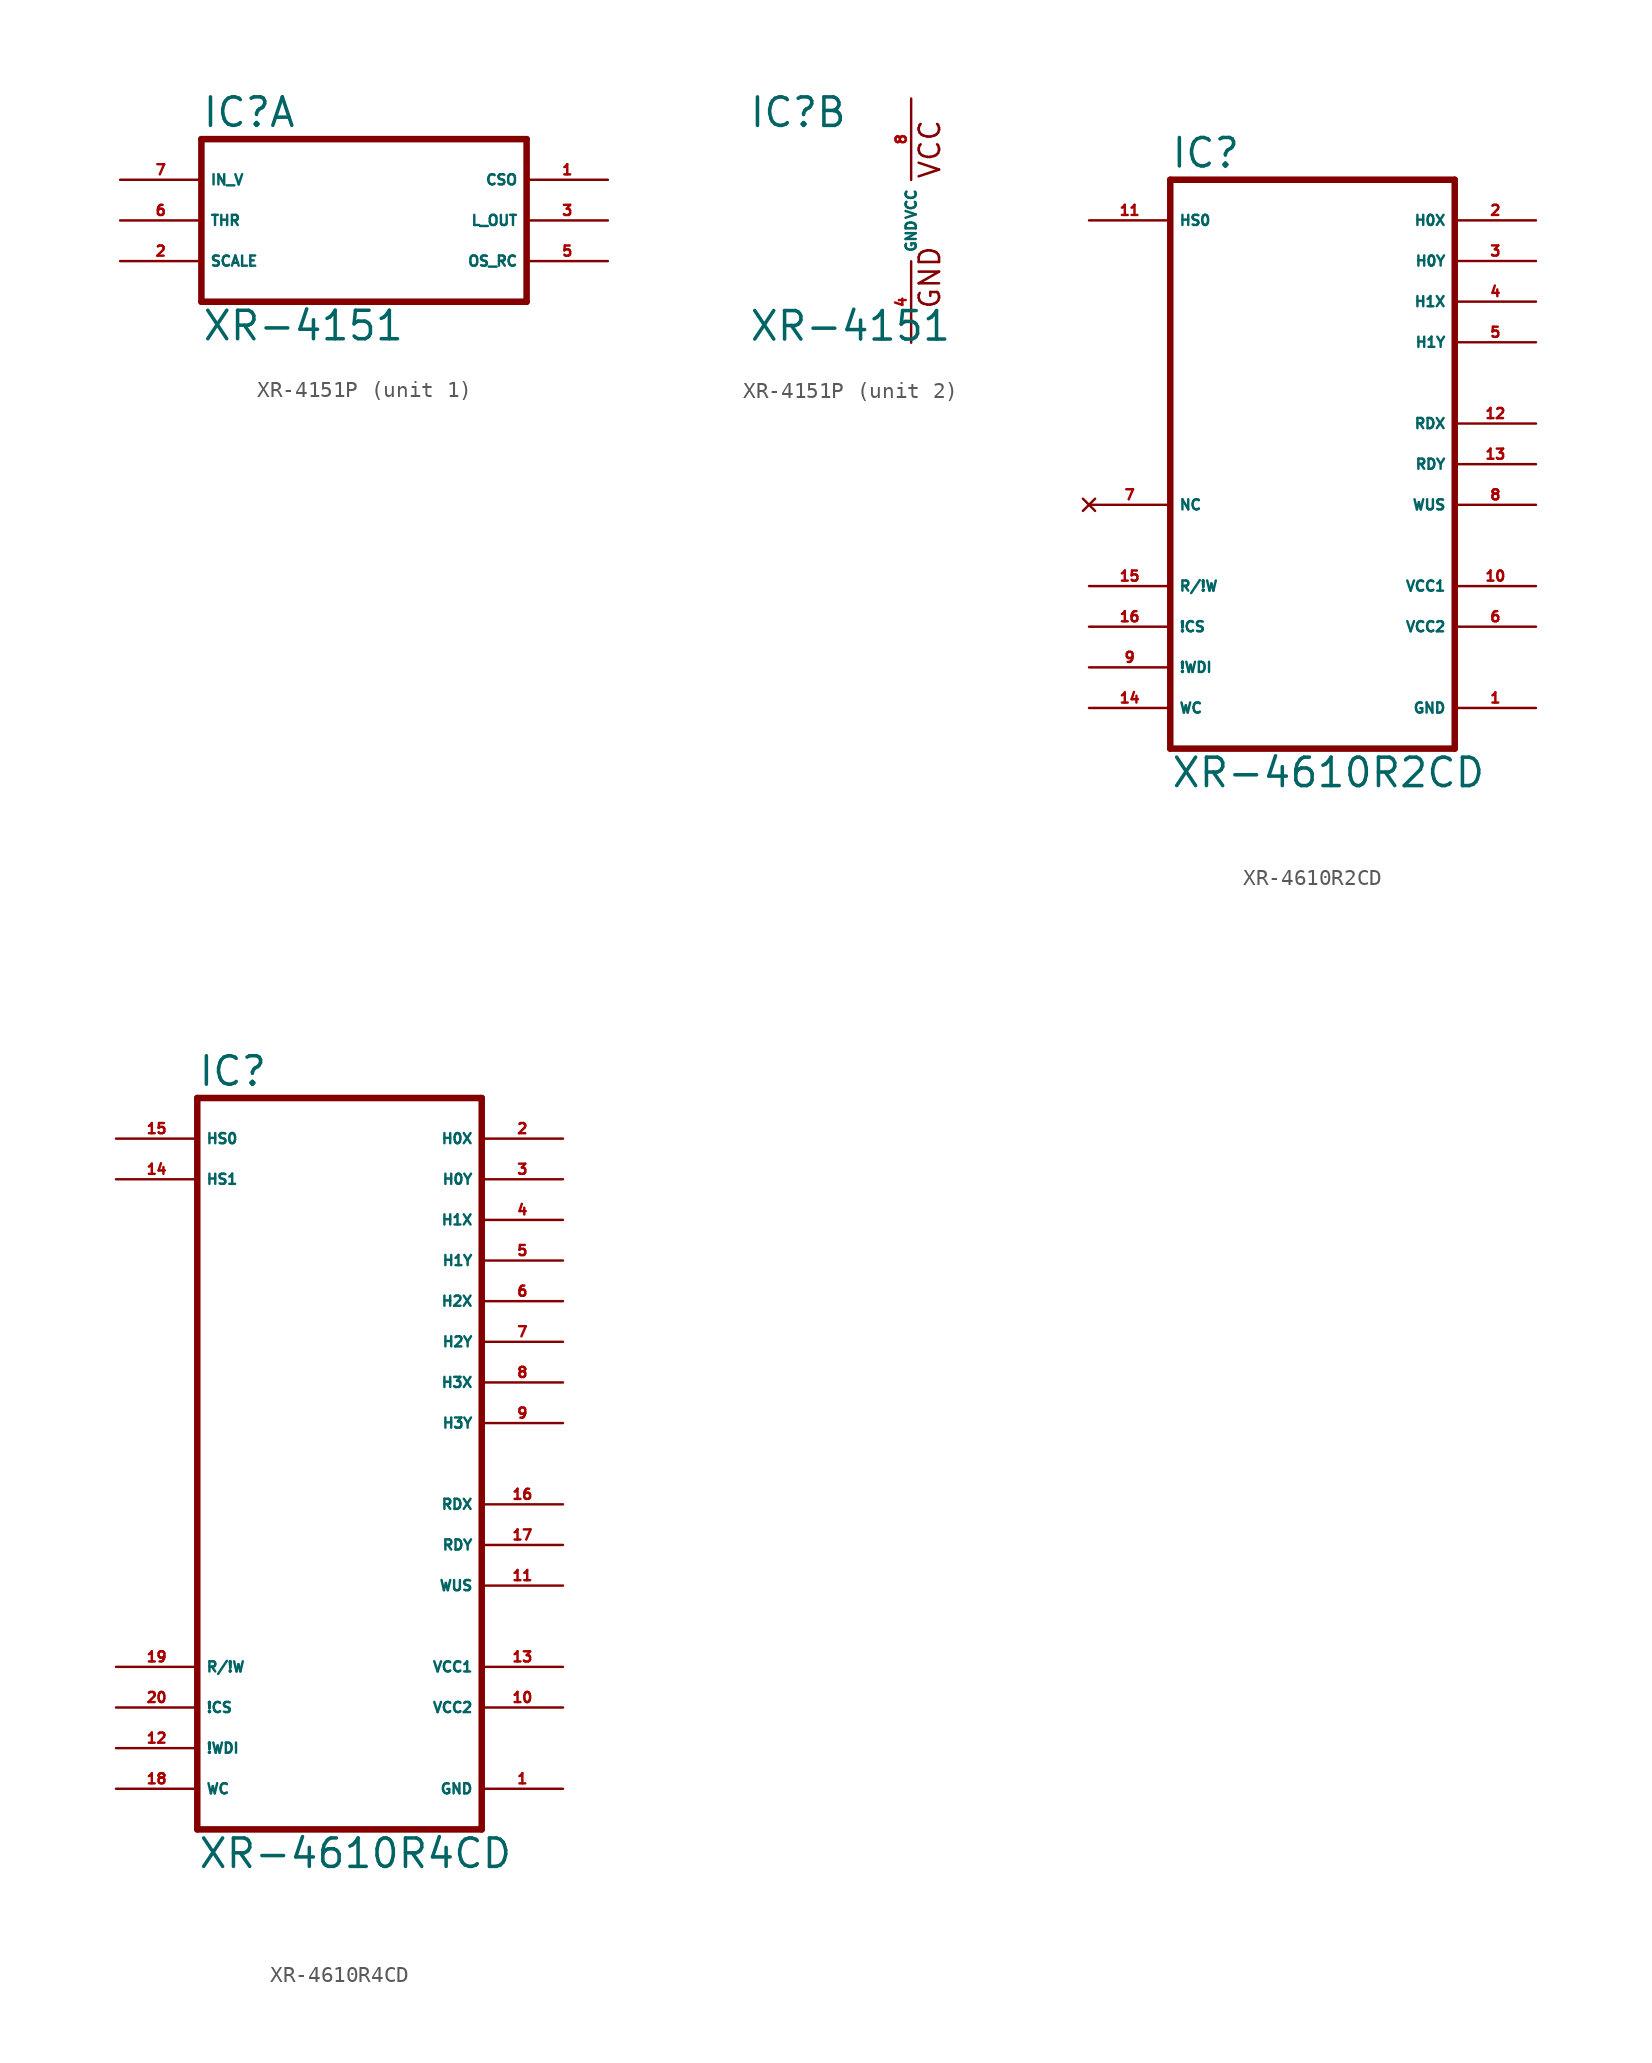
<source format=kicad_sym>
(kicad_symbol_lib
  (version 20220914)
  (generator Eagle2Kicad)
  (symbol "XR-4151P"
    (property "Reference" "IC"
      (at -10.16 5.715 0)
      (effects (font (size 1.778 1.778) (thickness 0.22)) (justify left bottom)))
    (property "Value" "XR-4151"
      (at -10.16 -7.62 0)
      (effects (font (size 1.778 1.778) (thickness 0.22)) (justify left bottom)))
    (symbol "XR-4151P_1_0"
      (polyline (pts (xy -10.16 5.08) (xy -10.16 -5.08)) (stroke (width 0.406) (type default)) (fill (type none)))
      (polyline (pts (xy -10.16 -5.08) (xy 10.16 -5.08)) (stroke (width 0.406) (type default)) (fill (type none)))
      (polyline (pts (xy 10.16 -5.08) (xy 10.16 5.08)) (stroke (width 0.406) (type default)) (fill (type none)))
      (polyline (pts (xy 10.16 5.08) (xy -10.16 5.08)) (stroke (width 0.406) (type default)) (fill (type none)))
      (pin output line (at 15.24 2.54 180) (length 5.08) (name "CSO" (effects (font (size 0.635 0.635) (thickness 0.08)) (justify left bottom))) (number "1" (effects (font (size 0.635 0.635) (thickness 0.08)) (justify left bottom))))
      (pin passive line (at -15.24 -2.54 0) (length 5.08) (name "SCALE" (effects (font (size 0.635 0.635) (thickness 0.08)) (justify left bottom))) (number "2" (effects (font (size 0.635 0.635) (thickness 0.08)) (justify left bottom))))
      (pin output line (at 15.24 0 180) (length 5.08) (name "L_OUT" (effects (font (size 0.635 0.635) (thickness 0.08)) (justify left bottom))) (number "3" (effects (font (size 0.635 0.635) (thickness 0.08)) (justify left bottom))))
      (pin input line (at -15.24 2.54 0) (length 5.08) (name "IN_V" (effects (font (size 0.635 0.635) (thickness 0.08)) (justify left bottom))) (number "7" (effects (font (size 0.635 0.635) (thickness 0.08)) (justify left bottom))))
      (pin input line (at -15.24 0 0) (length 5.08) (name "THR" (effects (font (size 0.635 0.635) (thickness 0.08)) (justify left bottom))) (number "6" (effects (font (size 0.635 0.635) (thickness 0.08)) (justify left bottom))))
      (pin passive line (at 15.24 -2.54 180) (length 5.08) (name "OS_RC" (effects (font (size 0.635 0.635) (thickness 0.08)) (justify left bottom))) (number "5" (effects (font (size 0.635 0.635) (thickness 0.08)) (justify left bottom)))))
    (symbol "XR-4151P_2_0"
      (text "GND" (at 1.905 -5.588 900) (effects (font (size 1.27 1.27) (thickness 0.16)) (justify left bottom)))
      (text "VCC" (at 1.905 2.54 900) (effects (font (size 1.27 1.27) (thickness 0.16)) (justify left bottom)))
      (pin unspecified line (at 0 7.62 270) (length 5.08) (name "VCC" (effects (font (size 0.635 0.635) (thickness 0.08)) (justify left bottom))) (number "8" (effects (font (size 0.635 0.635) (thickness 0.08)) (justify left bottom))))
      (pin unspecified line (at 0 -7.62 90) (length 5.08) (name "GND" (effects (font (size 0.635 0.635) (thickness 0.08)) (justify left bottom))) (number "4" (effects (font (size 0.635 0.635) (thickness 0.08)) (justify left bottom))))))
  (symbol "XR-4610R2CD"
    (property "Reference" "IC"
      (at -7.62 18.415 0)
      (effects (font (size 1.778 1.778) (thickness 0.22)) (justify left bottom)))
    (property "Value" "XR-4610R2CD"
      (at -7.62 -20.32 0)
      (effects (font (size 1.778 1.778) (thickness 0.22)) (justify left bottom)))
    (polyline
      (pts (xy 10.16 -17.78) (xy -7.62 -17.78))
      (stroke (width 0.406) (type default))
      (fill (type none)))
    (polyline
      (pts (xy -7.62 -17.78) (xy -7.62 17.78))
      (stroke (width 0.406) (type default))
      (fill (type none)))
    (polyline
      (pts (xy -7.62 17.78) (xy 10.16 17.78))
      (stroke (width 0.406) (type default))
      (fill (type none)))
    (polyline
      (pts (xy 10.16 17.78) (xy 10.16 -17.78))
      (stroke (width 0.406) (type default))
      (fill (type none)))
    (pin bidirectional line
      (at 15.24 15.24 180)
      (length 5.08)
      (name "H0X" (effects (font (size 0.635 0.635) (thickness 0.08)) (justify left bottom)))
      (number "2" (effects (font (size 0.635 0.635) (thickness 0.08)) (justify left bottom))))
    (pin bidirectional line
      (at 15.24 12.7 180)
      (length 5.08)
      (name "H0Y" (effects (font (size 0.635 0.635) (thickness 0.08)) (justify left bottom)))
      (number "3" (effects (font (size 0.635 0.635) (thickness 0.08)) (justify left bottom))))
    (pin bidirectional line
      (at 15.24 10.16 180)
      (length 5.08)
      (name "H1X" (effects (font (size 0.635 0.635) (thickness 0.08)) (justify left bottom)))
      (number "4" (effects (font (size 0.635 0.635) (thickness 0.08)) (justify left bottom))))
    (pin bidirectional line
      (at 15.24 7.62 180)
      (length 5.08)
      (name "H1Y" (effects (font (size 0.635 0.635) (thickness 0.08)) (justify left bottom)))
      (number "5" (effects (font (size 0.635 0.635) (thickness 0.08)) (justify left bottom))))
    (pin input line
      (at -12.7 15.24 0)
      (length 5.08)
      (name "HS0" (effects (font (size 0.635 0.635) (thickness 0.08)) (justify left bottom)))
      (number "11" (effects (font (size 0.635 0.635) (thickness 0.08)) (justify left bottom))))
    (pin input line
      (at -12.7 -10.16 0)
      (length 5.08)
      (name "!CS" (effects (font (size 0.635 0.635) (thickness 0.08)) (justify left bottom)))
      (number "16" (effects (font (size 0.635 0.635) (thickness 0.08)) (justify left bottom))))
    (pin input line
      (at -12.7 -7.62 0)
      (length 5.08)
      (name "R/!W" (effects (font (size 0.635 0.635) (thickness 0.08)) (justify left bottom)))
      (number "15" (effects (font (size 0.635 0.635) (thickness 0.08)) (justify left bottom))))
    (pin input line
      (at -12.7 -12.7 0)
      (length 5.08)
      (name "!WDI" (effects (font (size 0.635 0.635) (thickness 0.08)) (justify left bottom)))
      (number "9" (effects (font (size 0.635 0.635) (thickness 0.08)) (justify left bottom))))
    (pin output line
      (at 15.24 2.54 180)
      (length 5.08)
      (name "RDX" (effects (font (size 0.635 0.635) (thickness 0.08)) (justify left bottom)))
      (number "12" (effects (font (size 0.635 0.635) (thickness 0.08)) (justify left bottom))))
    (pin output line
      (at 15.24 0 180)
      (length 5.08)
      (name "RDY" (effects (font (size 0.635 0.635) (thickness 0.08)) (justify left bottom)))
      (number "13" (effects (font (size 0.635 0.635) (thickness 0.08)) (justify left bottom))))
    (pin output line
      (at 15.24 -2.54 180)
      (length 5.08)
      (name "WUS" (effects (font (size 0.635 0.635) (thickness 0.08)) (justify left bottom)))
      (number "8" (effects (font (size 0.635 0.635) (thickness 0.08)) (justify left bottom))))
    (pin input line
      (at -12.7 -15.24 0)
      (length 5.08)
      (name "WC" (effects (font (size 0.635 0.635) (thickness 0.08)) (justify left bottom)))
      (number "14" (effects (font (size 0.635 0.635) (thickness 0.08)) (justify left bottom))))
    (pin unspecified line
      (at 15.24 -7.62 180)
      (length 5.08)
      (name "VCC1" (effects (font (size 0.635 0.635) (thickness 0.08)) (justify left bottom)))
      (number "10" (effects (font (size 0.635 0.635) (thickness 0.08)) (justify left bottom))))
    (pin unspecified line
      (at 15.24 -10.16 180)
      (length 5.08)
      (name "VCC2" (effects (font (size 0.635 0.635) (thickness 0.08)) (justify left bottom)))
      (number "6" (effects (font (size 0.635 0.635) (thickness 0.08)) (justify left bottom))))
    (pin unspecified line
      (at 15.24 -15.24 180)
      (length 5.08)
      (name "GND" (effects (font (size 0.635 0.635) (thickness 0.08)) (justify left bottom)))
      (number "1" (effects (font (size 0.635 0.635) (thickness 0.08)) (justify left bottom))))
    (pin no_connect line
      (at -12.7 -2.54 0)
      (length 5.08)
      (name "NC" (effects (font (size 0.635 0.635) (thickness 0.08)) (justify left bottom) hide))
      (number "7" (effects (font (size 0.635 0.635) (thickness 0.08)) (justify left bottom) hide))))
  (symbol "XR-4610R4CD"
    (property "Reference" "IC"
      (at -7.62 26.035 0)
      (effects (font (size 1.778 1.778) (thickness 0.22)) (justify left bottom)))
    (property "Value" "XR-4610R4CD"
      (at -7.62 -22.86 0)
      (effects (font (size 1.778 1.778) (thickness 0.22)) (justify left bottom)))
    (polyline
      (pts (xy 10.16 -20.32) (xy -7.62 -20.32))
      (stroke (width 0.406) (type default))
      (fill (type none)))
    (polyline
      (pts (xy -7.62 -20.32) (xy -7.62 25.4))
      (stroke (width 0.406) (type default))
      (fill (type none)))
    (polyline
      (pts (xy -7.62 25.4) (xy 10.16 25.4))
      (stroke (width 0.406) (type default))
      (fill (type none)))
    (polyline
      (pts (xy 10.16 25.4) (xy 10.16 -20.32))
      (stroke (width 0.406) (type default))
      (fill (type none)))
    (pin bidirectional line
      (at 15.24 22.86 180)
      (length 5.08)
      (name "H0X" (effects (font (size 0.635 0.635) (thickness 0.08)) (justify left bottom)))
      (number "2" (effects (font (size 0.635 0.635) (thickness 0.08)) (justify left bottom))))
    (pin bidirectional line
      (at 15.24 20.32 180)
      (length 5.08)
      (name "H0Y" (effects (font (size 0.635 0.635) (thickness 0.08)) (justify left bottom)))
      (number "3" (effects (font (size 0.635 0.635) (thickness 0.08)) (justify left bottom))))
    (pin bidirectional line
      (at 15.24 17.78 180)
      (length 5.08)
      (name "H1X" (effects (font (size 0.635 0.635) (thickness 0.08)) (justify left bottom)))
      (number "4" (effects (font (size 0.635 0.635) (thickness 0.08)) (justify left bottom))))
    (pin bidirectional line
      (at 15.24 15.24 180)
      (length 5.08)
      (name "H1Y" (effects (font (size 0.635 0.635) (thickness 0.08)) (justify left bottom)))
      (number "5" (effects (font (size 0.635 0.635) (thickness 0.08)) (justify left bottom))))
    (pin bidirectional line
      (at 15.24 12.7 180)
      (length 5.08)
      (name "H2X" (effects (font (size 0.635 0.635) (thickness 0.08)) (justify left bottom)))
      (number "6" (effects (font (size 0.635 0.635) (thickness 0.08)) (justify left bottom))))
    (pin bidirectional line
      (at 15.24 10.16 180)
      (length 5.08)
      (name "H2Y" (effects (font (size 0.635 0.635) (thickness 0.08)) (justify left bottom)))
      (number "7" (effects (font (size 0.635 0.635) (thickness 0.08)) (justify left bottom))))
    (pin bidirectional line
      (at 15.24 7.62 180)
      (length 5.08)
      (name "H3X" (effects (font (size 0.635 0.635) (thickness 0.08)) (justify left bottom)))
      (number "8" (effects (font (size 0.635 0.635) (thickness 0.08)) (justify left bottom))))
    (pin bidirectional line
      (at 15.24 5.08 180)
      (length 5.08)
      (name "H3Y" (effects (font (size 0.635 0.635) (thickness 0.08)) (justify left bottom)))
      (number "9" (effects (font (size 0.635 0.635) (thickness 0.08)) (justify left bottom))))
    (pin input line
      (at -12.7 22.86 0)
      (length 5.08)
      (name "HS0" (effects (font (size 0.635 0.635) (thickness 0.08)) (justify left bottom)))
      (number "15" (effects (font (size 0.635 0.635) (thickness 0.08)) (justify left bottom))))
    (pin input line
      (at -12.7 20.32 0)
      (length 5.08)
      (name "HS1" (effects (font (size 0.635 0.635) (thickness 0.08)) (justify left bottom)))
      (number "14" (effects (font (size 0.635 0.635) (thickness 0.08)) (justify left bottom))))
    (pin input line
      (at -12.7 -12.7 0)
      (length 5.08)
      (name "!CS" (effects (font (size 0.635 0.635) (thickness 0.08)) (justify left bottom)))
      (number "20" (effects (font (size 0.635 0.635) (thickness 0.08)) (justify left bottom))))
    (pin input line
      (at -12.7 -10.16 0)
      (length 5.08)
      (name "R/!W" (effects (font (size 0.635 0.635) (thickness 0.08)) (justify left bottom)))
      (number "19" (effects (font (size 0.635 0.635) (thickness 0.08)) (justify left bottom))))
    (pin input line
      (at -12.7 -15.24 0)
      (length 5.08)
      (name "!WDI" (effects (font (size 0.635 0.635) (thickness 0.08)) (justify left bottom)))
      (number "12" (effects (font (size 0.635 0.635) (thickness 0.08)) (justify left bottom))))
    (pin output line
      (at 15.24 0 180)
      (length 5.08)
      (name "RDX" (effects (font (size 0.635 0.635) (thickness 0.08)) (justify left bottom)))
      (number "16" (effects (font (size 0.635 0.635) (thickness 0.08)) (justify left bottom))))
    (pin output line
      (at 15.24 -2.54 180)
      (length 5.08)
      (name "RDY" (effects (font (size 0.635 0.635) (thickness 0.08)) (justify left bottom)))
      (number "17" (effects (font (size 0.635 0.635) (thickness 0.08)) (justify left bottom))))
    (pin output line
      (at 15.24 -5.08 180)
      (length 5.08)
      (name "WUS" (effects (font (size 0.635 0.635) (thickness 0.08)) (justify left bottom)))
      (number "11" (effects (font (size 0.635 0.635) (thickness 0.08)) (justify left bottom))))
    (pin input line
      (at -12.7 -17.78 0)
      (length 5.08)
      (name "WC" (effects (font (size 0.635 0.635) (thickness 0.08)) (justify left bottom)))
      (number "18" (effects (font (size 0.635 0.635) (thickness 0.08)) (justify left bottom))))
    (pin unspecified line
      (at 15.24 -10.16 180)
      (length 5.08)
      (name "VCC1" (effects (font (size 0.635 0.635) (thickness 0.08)) (justify left bottom)))
      (number "13" (effects (font (size 0.635 0.635) (thickness 0.08)) (justify left bottom))))
    (pin unspecified line
      (at 15.24 -12.7 180)
      (length 5.08)
      (name "VCC2" (effects (font (size 0.635 0.635) (thickness 0.08)) (justify left bottom)))
      (number "10" (effects (font (size 0.635 0.635) (thickness 0.08)) (justify left bottom))))
    (pin unspecified line
      (at 15.24 -17.78 180)
      (length 5.08)
      (name "GND" (effects (font (size 0.635 0.635) (thickness 0.08)) (justify left bottom)))
      (number "1" (effects (font (size 0.635 0.635) (thickness 0.08)) (justify left bottom))))))
</source>
